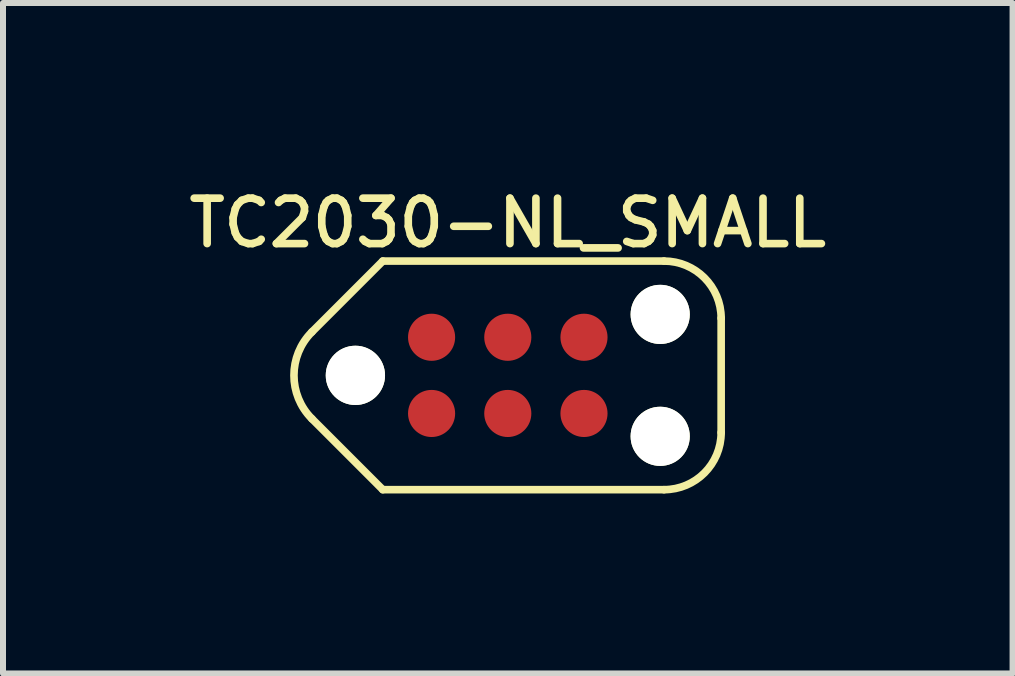
<source format=kicad_pcb>
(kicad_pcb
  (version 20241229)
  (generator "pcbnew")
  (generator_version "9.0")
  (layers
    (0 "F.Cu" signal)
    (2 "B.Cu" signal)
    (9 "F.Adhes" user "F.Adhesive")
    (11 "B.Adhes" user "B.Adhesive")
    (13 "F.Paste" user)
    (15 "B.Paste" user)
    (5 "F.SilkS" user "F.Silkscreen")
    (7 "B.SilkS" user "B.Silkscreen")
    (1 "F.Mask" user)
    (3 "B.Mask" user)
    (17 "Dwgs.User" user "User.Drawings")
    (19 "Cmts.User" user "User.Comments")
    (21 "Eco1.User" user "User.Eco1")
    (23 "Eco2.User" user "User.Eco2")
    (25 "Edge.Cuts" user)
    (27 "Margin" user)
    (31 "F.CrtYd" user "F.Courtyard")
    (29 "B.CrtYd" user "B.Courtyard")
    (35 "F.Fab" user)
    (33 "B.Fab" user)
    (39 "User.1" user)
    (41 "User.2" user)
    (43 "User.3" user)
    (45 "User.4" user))
  (footprint "TC2030-NL_SMALL"
    (layer "F.Cu")
    (at 5.413 3.206)
    (property "Reference" "TC2030-NL_SMALL" (at 0 -2.54 0) (layer "F.SilkS") (effects (font (size 0.757 0.757) (thickness 0.127))))
    (attr exclude_from_pos_files exclude_from_bom)
    (fp_line (start -3.264 -0.724) (end -2.083 -1.905) (stroke (width 0.127) (type solid)) (layer "F.SilkS"))
    (fp_line (start -3.264 0.724) (end -2.083 1.905) (stroke (width 0.127) (type solid)) (layer "F.SilkS"))
    (fp_line (start 2.603 -1.905) (end -2.083 -1.905) (stroke (width 0.127) (type solid)) (layer "F.SilkS"))
    (fp_line (start 2.603 1.905) (end -2.083 1.905) (stroke (width 0.127) (type solid)) (layer "F.SilkS"))
    (fp_line (start 3.556 -0.953) (end 3.556 0.953) (stroke (width 0.127) (type solid)) (layer "F.SilkS"))
    (fp_arc (start -3.2639 0.7239) (mid -3.563749 0) (end -3.2639 -0.7239) (stroke (width 0.127) (type solid)) (layer "F.SilkS"))
    (fp_arc (start 2.6035 -1.905) (mid 3.277019 -1.626019) (end 3.556 -0.9525) (stroke (width 0.127) (type solid)) (layer "F.SilkS"))
    (fp_arc (start 3.556 0.9525) (mid 3.277019 1.626019) (end 2.6035 1.905) (stroke (width 0.127) (type solid)) (layer "F.SilkS"))
    (pad "" np_thru_hole circle (at -2.54 0) (size 0.988 0.988) (drill 0.988) (layers "*.Cu" "*.Mask" "F.SilkS"))
    (pad "" np_thru_hole circle (at 2.54 -1.016) (size 0.986 0.986) (drill 0.986) (layers "*.Cu" "*.Mask" "F.SilkS"))
    (pad "" np_thru_hole circle (at 2.54 1.016) (size 0.986 0.986) (drill 0.986) (layers "*.Cu" "*.Mask" "F.SilkS"))
    (pad "1" connect circle (at -1.27 0.635) (size 0.785 0.785) (layers "F.Cu" "F.Mask"))
    (pad "2" connect circle (at -1.27 -0.635) (size 0.785 0.785) (layers "F.Cu" "F.Mask"))
    (pad "3" connect circle (at 0 0.635) (size 0.785 0.785) (layers "F.Cu" "F.Mask"))
    (pad "4" connect circle (at 0 -0.635) (size 0.785 0.785) (layers "F.Cu" "F.Mask"))
    (pad "5" connect circle (at 1.27 0.635) (size 0.785 0.785) (layers "F.Cu" "F.Mask"))
    (pad "6" connect circle (at 1.27 -0.635) (size 0.785 0.785) (layers "F.Cu" "F.Mask")))
  (gr_rect
    (start -3 -3)
    (end 13.826 8.174)
    (stroke (width 0.1) (type default))
    (fill no)
    (layer "Edge.Cuts")))
</source>
